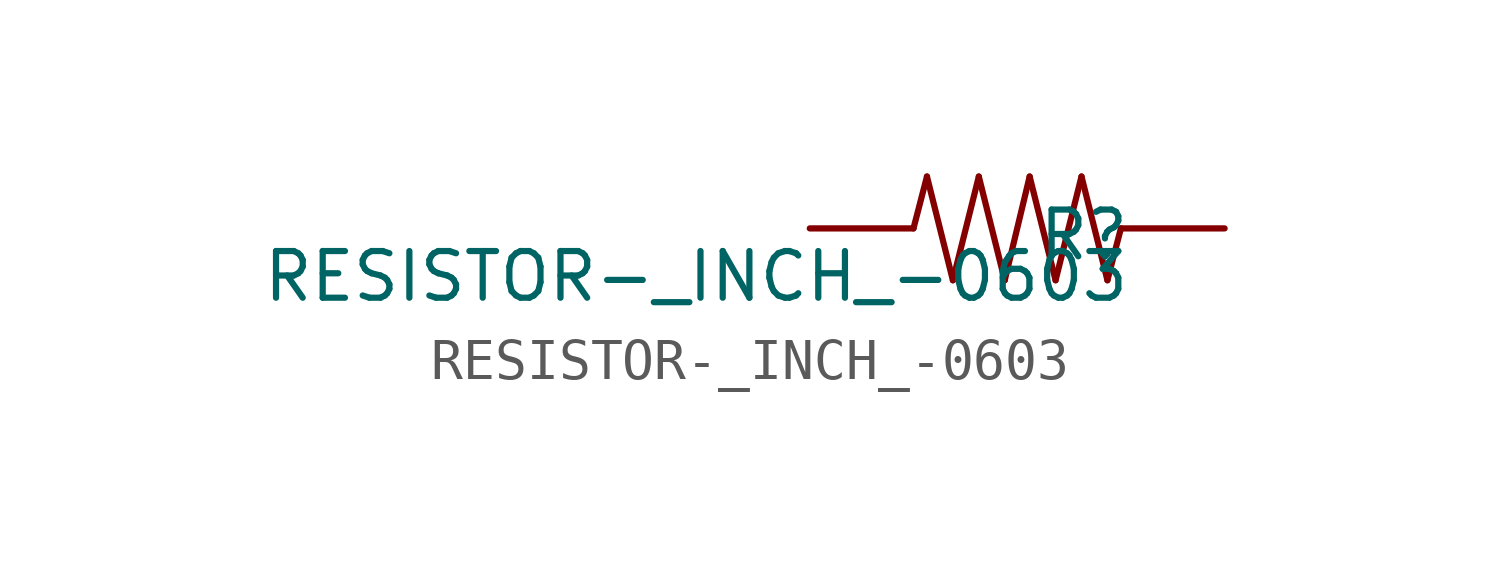
<source format=kicad_sym>
(kicad_symbol_lib
  (version 20211014)
  (generator kicad_symbol_editor)
  (symbol "RESISTOR-_INCH_-0603"
    (pin_numbers hide)
    (pin_names
      (offset 1.016) hide)
    (property "Reference" "R"
      (at 2.794 0.508 0)
      (effects (font (size 1.143 1.143)) (justify right top)))
    (property "Value" "RESISTOR-_INCH_-0603"
      (at 2.794 -0.508 0)
      (effects (font (size 1.143 1.143)) (justify right top)))
    (property "ki_locked" ""
      (at 0 0 0)
      (effects (font (size 1.27 1.27))))
    (symbol "RESISTOR-_INCH_-0603_1_0"
      (polyline (pts (xy -2.21 1.27) (xy -2.54 0)) (stroke (width 0) (type default) (color 0 0 0 0)) (fill (type none)))
      (polyline (pts (xy -1.575 -1.27) (xy -2.21 1.27)) (stroke (width 0) (type default) (color 0 0 0 0)) (fill (type none)))
      (polyline (pts (xy -0.94 1.27) (xy -1.575 -1.27)) (stroke (width 0) (type default) (color 0 0 0 0)) (fill (type none)))
      (polyline (pts (xy -0.305 -1.27) (xy -0.94 1.27)) (stroke (width 0) (type default) (color 0 0 0 0)) (fill (type none)))
      (polyline (pts (xy 0.305 1.27) (xy -0.305 -1.27)) (stroke (width 0) (type default) (color 0 0 0 0)) (fill (type none)))
      (polyline (pts (xy 0.94 -1.27) (xy 0.305 1.27)) (stroke (width 0) (type default) (color 0 0 0 0)) (fill (type none)))
      (polyline (pts (xy 1.575 1.27) (xy 0.94 -1.27)) (stroke (width 0) (type default) (color 0 0 0 0)) (fill (type none)))
      (polyline (pts (xy 2.21 -1.27) (xy 1.575 1.27)) (stroke (width 0) (type default) (color 0 0 0 0)) (fill (type none)))
      (polyline (pts (xy 2.54 0) (xy 2.21 -1.27)) (stroke (width 0) (type default) (color 0 0 0 0)) (fill (type none))))
    (symbol "RESISTOR-_INCH_-0603_1_1"
      (pin bidirectional line (at -5.08 0 0) (length 2.54) (name "1" (effects (font (size 1.016 1.016)))) (number "1" (effects (font (size 1.016 1.016)))))
      (pin bidirectional line (at 5.08 0 180) (length 2.54) (name "2" (effects (font (size 1.016 1.016)))) (number "2" (effects (font (size 1.016 1.016))))))))
</source>
